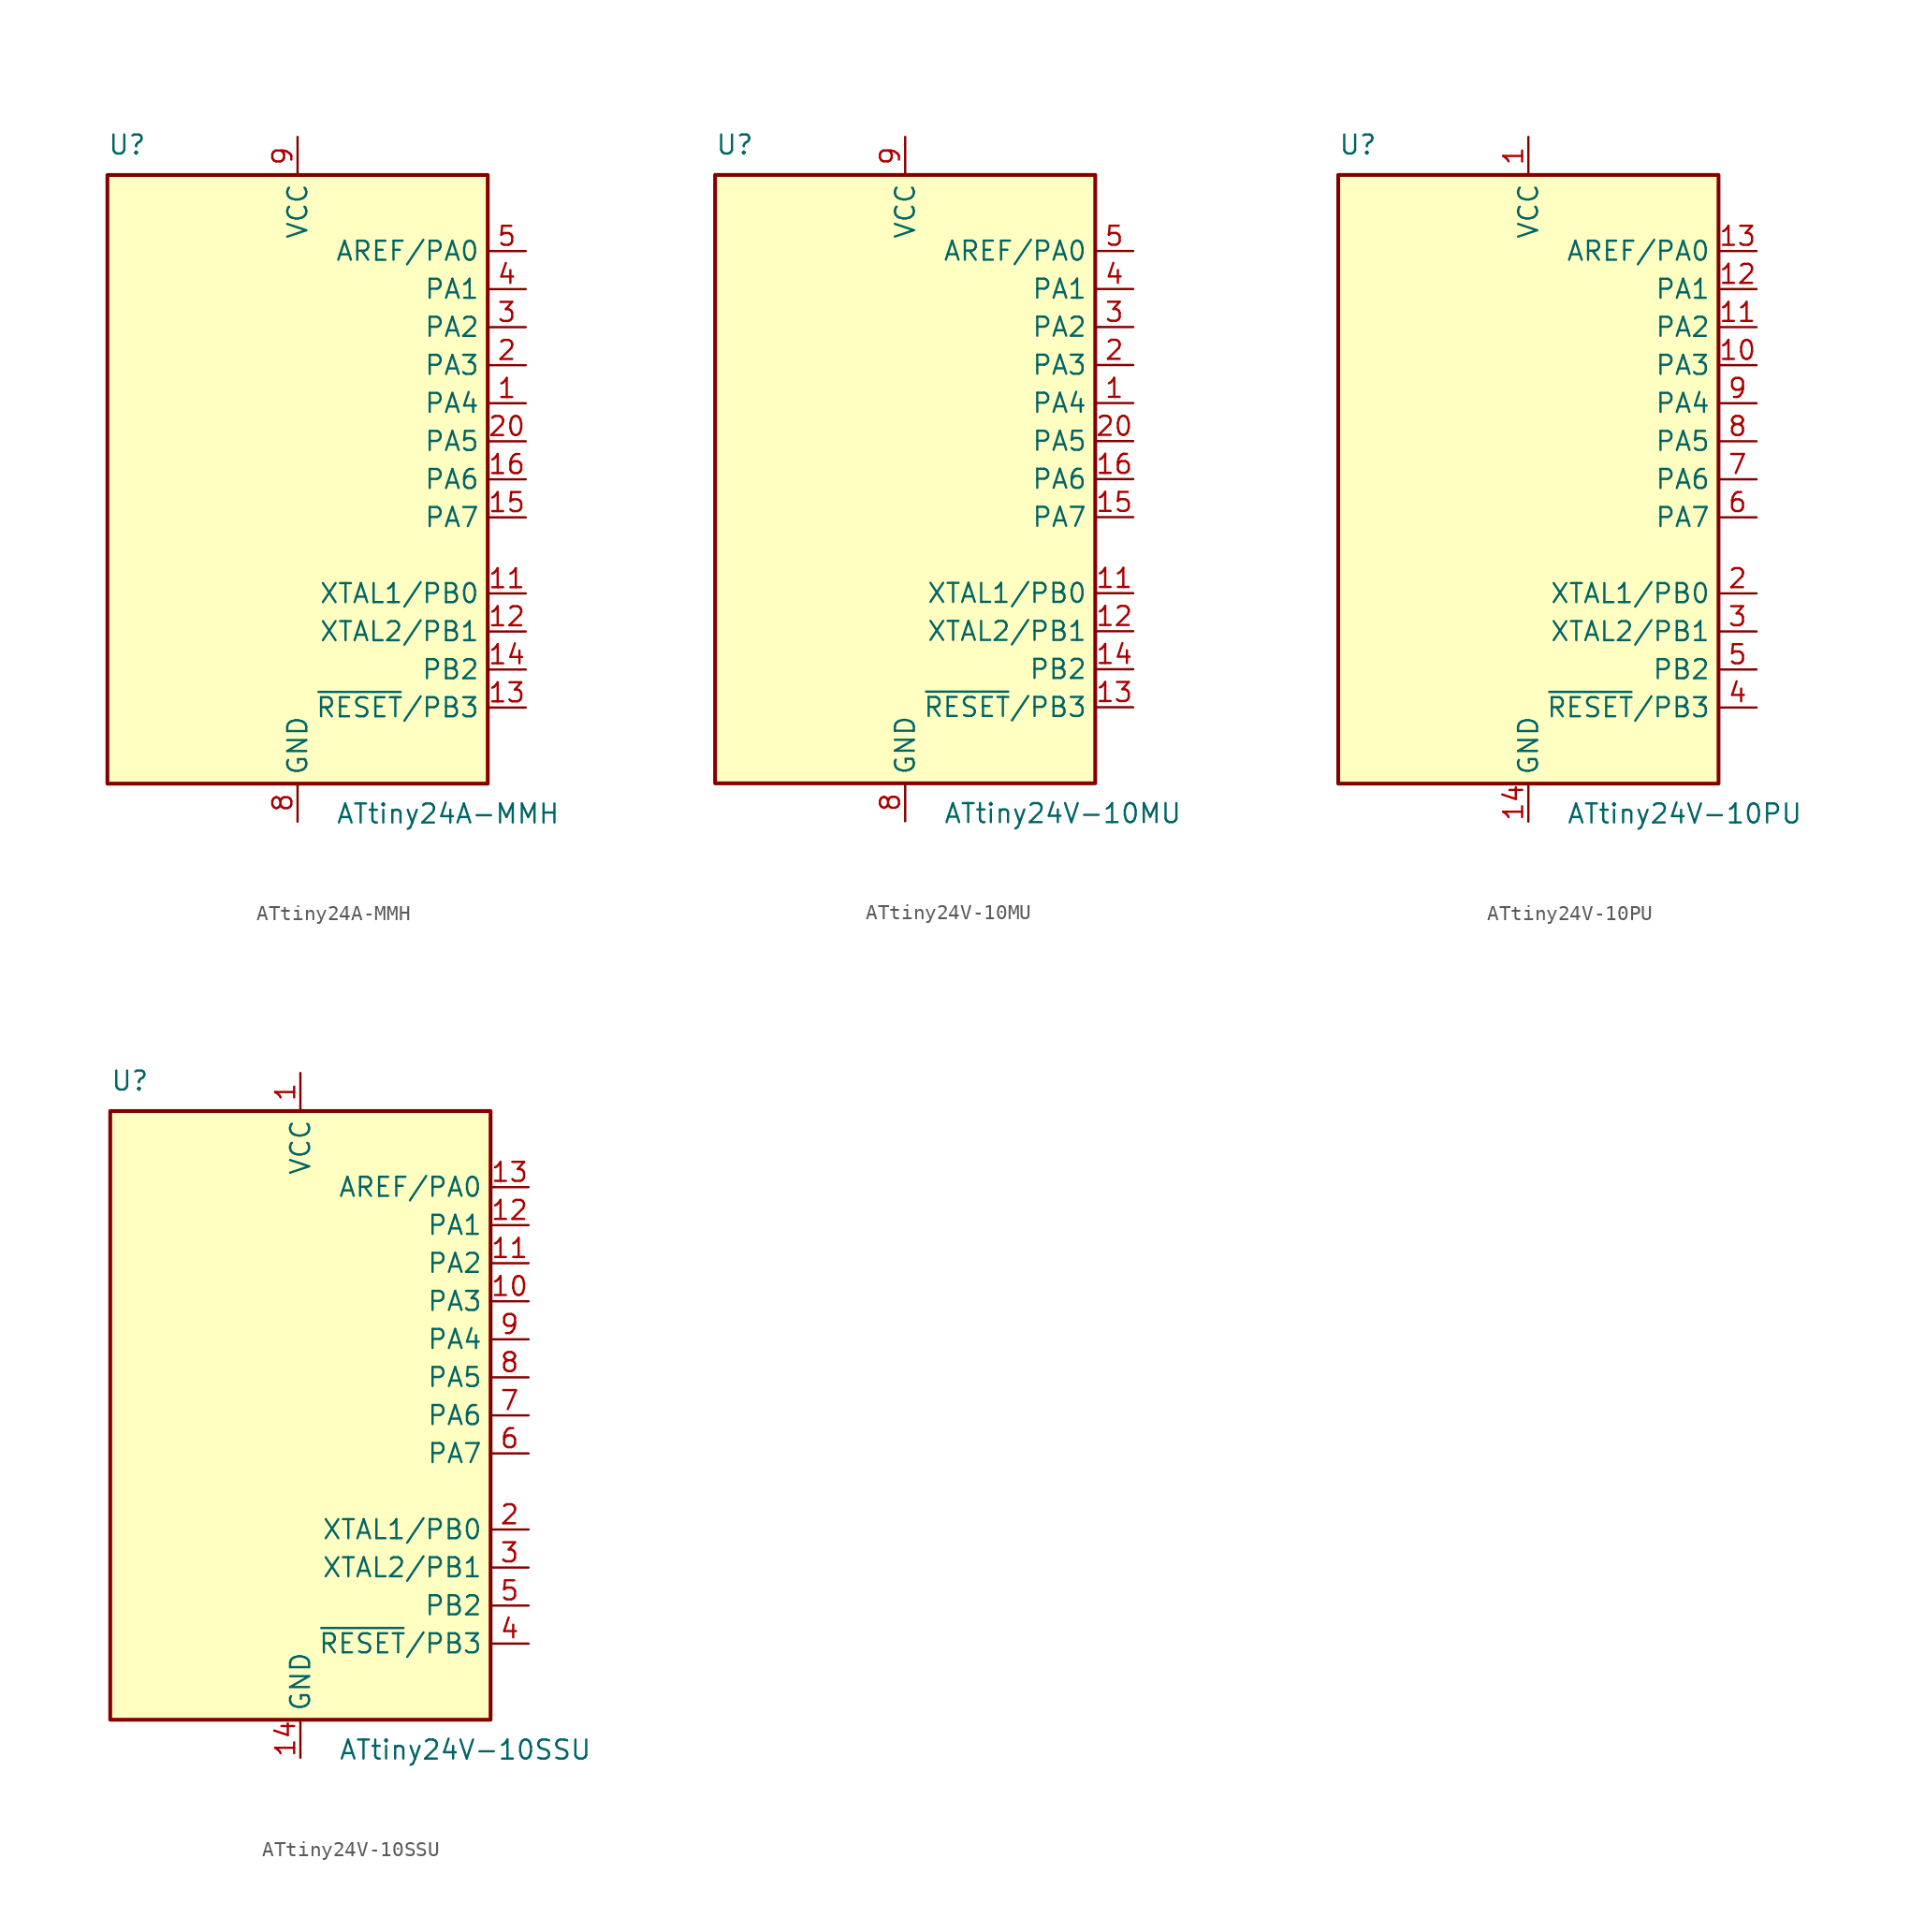
<source format=kicad_sym>
(kicad_symbol_lib
  (version 20211014)
  (generator kicad_symbol_editor)
  (symbol "ATtiny24A-MMH"
    (property "Reference" "U"
      (at -12.7 21.59 0)
      (effects (font (size 1.27 1.27)) (justify left bottom)))
    (property "Value" "ATtiny24A-MMH"
      (at 2.54 -21.59 0)
      (effects (font (size 1.27 1.27)) (justify left top)))
    (symbol "ATtiny24A-MMH_0_1"
      (rectangle (start -12.7 -20.32) (end 12.7 20.32) (stroke (width 0.254) (type default) (color 0 0 0 0)) (fill (type background))))
    (symbol "ATtiny24A-MMH_1_1"
      (pin bidirectional line (at 15.24 5.08 180) (length 2.54) (name "PA4" (effects (font (size 1.27 1.27)))) (number "1" (effects (font (size 1.27 1.27)))))
      (pin no_connect line (at -12.7 -10.16 0) (length 2.54) hide (name "NC" (effects (font (size 1.27 1.27)))) (number "10" (effects (font (size 1.27 1.27)))))
      (pin bidirectional line (at 15.24 -7.62 180) (length 2.54) (name "XTAL1/PB0" (effects (font (size 1.27 1.27)))) (number "11" (effects (font (size 1.27 1.27)))))
      (pin bidirectional line (at 15.24 -10.16 180) (length 2.54) (name "XTAL2/PB1" (effects (font (size 1.27 1.27)))) (number "12" (effects (font (size 1.27 1.27)))))
      (pin bidirectional line (at 15.24 -15.24 180) (length 2.54) (name "~{RESET}/PB3" (effects (font (size 1.27 1.27)))) (number "13" (effects (font (size 1.27 1.27)))))
      (pin bidirectional line (at 15.24 -12.7 180) (length 2.54) (name "PB2" (effects (font (size 1.27 1.27)))) (number "14" (effects (font (size 1.27 1.27)))))
      (pin bidirectional line (at 15.24 -2.54 180) (length 2.54) (name "PA7" (effects (font (size 1.27 1.27)))) (number "15" (effects (font (size 1.27 1.27)))))
      (pin bidirectional line (at 15.24 0 180) (length 2.54) (name "PA6" (effects (font (size 1.27 1.27)))) (number "16" (effects (font (size 1.27 1.27)))))
      (pin no_connect line (at -12.7 -12.7 0) (length 2.54) hide (name "NC" (effects (font (size 1.27 1.27)))) (number "17" (effects (font (size 1.27 1.27)))))
      (pin no_connect line (at -12.7 -15.24 0) (length 2.54) hide (name "NC" (effects (font (size 1.27 1.27)))) (number "18" (effects (font (size 1.27 1.27)))))
      (pin no_connect line (at -12.7 -17.78 0) (length 2.54) hide (name "NC" (effects (font (size 1.27 1.27)))) (number "19" (effects (font (size 1.27 1.27)))))
      (pin bidirectional line (at 15.24 7.62 180) (length 2.54) (name "PA3" (effects (font (size 1.27 1.27)))) (number "2" (effects (font (size 1.27 1.27)))))
      (pin bidirectional line (at 15.24 2.54 180) (length 2.54) (name "PA5" (effects (font (size 1.27 1.27)))) (number "20" (effects (font (size 1.27 1.27)))))
      (pin passive line (at 0 -22.86 90) (length 2.54) hide (name "GND" (effects (font (size 1.27 1.27)))) (number "21" (effects (font (size 1.27 1.27)))))
      (pin bidirectional line (at 15.24 10.16 180) (length 2.54) (name "PA2" (effects (font (size 1.27 1.27)))) (number "3" (effects (font (size 1.27 1.27)))))
      (pin bidirectional line (at 15.24 12.7 180) (length 2.54) (name "PA1" (effects (font (size 1.27 1.27)))) (number "4" (effects (font (size 1.27 1.27)))))
      (pin bidirectional line (at 15.24 15.24 180) (length 2.54) (name "AREF/PA0" (effects (font (size 1.27 1.27)))) (number "5" (effects (font (size 1.27 1.27)))))
      (pin no_connect line (at -12.7 -5.08 0) (length 2.54) hide (name "NC" (effects (font (size 1.27 1.27)))) (number "6" (effects (font (size 1.27 1.27)))))
      (pin no_connect line (at -12.7 -7.62 0) (length 2.54) hide (name "NC" (effects (font (size 1.27 1.27)))) (number "7" (effects (font (size 1.27 1.27)))))
      (pin power_in line (at 0 -22.86 90) (length 2.54) (name "GND" (effects (font (size 1.27 1.27)))) (number "8" (effects (font (size 1.27 1.27)))))
      (pin power_in line (at 0 22.86 270) (length 2.54) (name "VCC" (effects (font (size 1.27 1.27)))) (number "9" (effects (font (size 1.27 1.27)))))))
  (symbol "ATtiny24V-10MU"
    (property "Reference" "U"
      (at -12.7 21.59 0)
      (effects (font (size 1.27 1.27)) (justify left bottom)))
    (property "Value" "ATtiny24V-10MU"
      (at 2.54 -21.59 0)
      (effects (font (size 1.27 1.27)) (justify left top)))
    (symbol "ATtiny24V-10MU_0_1"
      (rectangle (start -12.7 -20.32) (end 12.7 20.32) (stroke (width 0.254) (type default) (color 0 0 0 0)) (fill (type background))))
    (symbol "ATtiny24V-10MU_1_1"
      (pin bidirectional line (at 15.24 5.08 180) (length 2.54) (name "PA4" (effects (font (size 1.27 1.27)))) (number "1" (effects (font (size 1.27 1.27)))))
      (pin no_connect line (at -12.7 -10.16 0) (length 2.54) hide (name "NC" (effects (font (size 1.27 1.27)))) (number "10" (effects (font (size 1.27 1.27)))))
      (pin bidirectional line (at 15.24 -7.62 180) (length 2.54) (name "XTAL1/PB0" (effects (font (size 1.27 1.27)))) (number "11" (effects (font (size 1.27 1.27)))))
      (pin bidirectional line (at 15.24 -10.16 180) (length 2.54) (name "XTAL2/PB1" (effects (font (size 1.27 1.27)))) (number "12" (effects (font (size 1.27 1.27)))))
      (pin bidirectional line (at 15.24 -15.24 180) (length 2.54) (name "~{RESET}/PB3" (effects (font (size 1.27 1.27)))) (number "13" (effects (font (size 1.27 1.27)))))
      (pin bidirectional line (at 15.24 -12.7 180) (length 2.54) (name "PB2" (effects (font (size 1.27 1.27)))) (number "14" (effects (font (size 1.27 1.27)))))
      (pin bidirectional line (at 15.24 -2.54 180) (length 2.54) (name "PA7" (effects (font (size 1.27 1.27)))) (number "15" (effects (font (size 1.27 1.27)))))
      (pin bidirectional line (at 15.24 0 180) (length 2.54) (name "PA6" (effects (font (size 1.27 1.27)))) (number "16" (effects (font (size 1.27 1.27)))))
      (pin no_connect line (at -12.7 -12.7 0) (length 2.54) hide (name "NC" (effects (font (size 1.27 1.27)))) (number "17" (effects (font (size 1.27 1.27)))))
      (pin no_connect line (at -12.7 -15.24 0) (length 2.54) hide (name "NC" (effects (font (size 1.27 1.27)))) (number "18" (effects (font (size 1.27 1.27)))))
      (pin no_connect line (at -12.7 -17.78 0) (length 2.54) hide (name "NC" (effects (font (size 1.27 1.27)))) (number "19" (effects (font (size 1.27 1.27)))))
      (pin bidirectional line (at 15.24 7.62 180) (length 2.54) (name "PA3" (effects (font (size 1.27 1.27)))) (number "2" (effects (font (size 1.27 1.27)))))
      (pin bidirectional line (at 15.24 2.54 180) (length 2.54) (name "PA5" (effects (font (size 1.27 1.27)))) (number "20" (effects (font (size 1.27 1.27)))))
      (pin passive line (at 0 -22.86 90) (length 2.54) hide (name "GND" (effects (font (size 1.27 1.27)))) (number "21" (effects (font (size 1.27 1.27)))))
      (pin bidirectional line (at 15.24 10.16 180) (length 2.54) (name "PA2" (effects (font (size 1.27 1.27)))) (number "3" (effects (font (size 1.27 1.27)))))
      (pin bidirectional line (at 15.24 12.7 180) (length 2.54) (name "PA1" (effects (font (size 1.27 1.27)))) (number "4" (effects (font (size 1.27 1.27)))))
      (pin bidirectional line (at 15.24 15.24 180) (length 2.54) (name "AREF/PA0" (effects (font (size 1.27 1.27)))) (number "5" (effects (font (size 1.27 1.27)))))
      (pin no_connect line (at -12.7 -5.08 0) (length 2.54) hide (name "NC" (effects (font (size 1.27 1.27)))) (number "6" (effects (font (size 1.27 1.27)))))
      (pin no_connect line (at -12.7 -7.62 0) (length 2.54) hide (name "NC" (effects (font (size 1.27 1.27)))) (number "7" (effects (font (size 1.27 1.27)))))
      (pin power_in line (at 0 -22.86 90) (length 2.54) (name "GND" (effects (font (size 1.27 1.27)))) (number "8" (effects (font (size 1.27 1.27)))))
      (pin power_in line (at 0 22.86 270) (length 2.54) (name "VCC" (effects (font (size 1.27 1.27)))) (number "9" (effects (font (size 1.27 1.27)))))))
  (symbol "ATtiny24V-10PU"
    (property "Reference" "U"
      (at -12.7 21.59 0)
      (effects (font (size 1.27 1.27)) (justify left bottom)))
    (property "Value" "ATtiny24V-10PU"
      (at 2.54 -21.59 0)
      (effects (font (size 1.27 1.27)) (justify left top)))
    (symbol "ATtiny24V-10PU_0_1"
      (rectangle (start -12.7 -20.32) (end 12.7 20.32) (stroke (width 0.254) (type default) (color 0 0 0 0)) (fill (type background))))
    (symbol "ATtiny24V-10PU_1_1"
      (pin power_in line (at 0 22.86 270) (length 2.54) (name "VCC" (effects (font (size 1.27 1.27)))) (number "1" (effects (font (size 1.27 1.27)))))
      (pin bidirectional line (at 15.24 7.62 180) (length 2.54) (name "PA3" (effects (font (size 1.27 1.27)))) (number "10" (effects (font (size 1.27 1.27)))))
      (pin bidirectional line (at 15.24 10.16 180) (length 2.54) (name "PA2" (effects (font (size 1.27 1.27)))) (number "11" (effects (font (size 1.27 1.27)))))
      (pin bidirectional line (at 15.24 12.7 180) (length 2.54) (name "PA1" (effects (font (size 1.27 1.27)))) (number "12" (effects (font (size 1.27 1.27)))))
      (pin bidirectional line (at 15.24 15.24 180) (length 2.54) (name "AREF/PA0" (effects (font (size 1.27 1.27)))) (number "13" (effects (font (size 1.27 1.27)))))
      (pin power_in line (at 0 -22.86 90) (length 2.54) (name "GND" (effects (font (size 1.27 1.27)))) (number "14" (effects (font (size 1.27 1.27)))))
      (pin bidirectional line (at 15.24 -7.62 180) (length 2.54) (name "XTAL1/PB0" (effects (font (size 1.27 1.27)))) (number "2" (effects (font (size 1.27 1.27)))))
      (pin bidirectional line (at 15.24 -10.16 180) (length 2.54) (name "XTAL2/PB1" (effects (font (size 1.27 1.27)))) (number "3" (effects (font (size 1.27 1.27)))))
      (pin bidirectional line (at 15.24 -15.24 180) (length 2.54) (name "~{RESET}/PB3" (effects (font (size 1.27 1.27)))) (number "4" (effects (font (size 1.27 1.27)))))
      (pin bidirectional line (at 15.24 -12.7 180) (length 2.54) (name "PB2" (effects (font (size 1.27 1.27)))) (number "5" (effects (font (size 1.27 1.27)))))
      (pin bidirectional line (at 15.24 -2.54 180) (length 2.54) (name "PA7" (effects (font (size 1.27 1.27)))) (number "6" (effects (font (size 1.27 1.27)))))
      (pin bidirectional line (at 15.24 0 180) (length 2.54) (name "PA6" (effects (font (size 1.27 1.27)))) (number "7" (effects (font (size 1.27 1.27)))))
      (pin bidirectional line (at 15.24 2.54 180) (length 2.54) (name "PA5" (effects (font (size 1.27 1.27)))) (number "8" (effects (font (size 1.27 1.27)))))
      (pin bidirectional line (at 15.24 5.08 180) (length 2.54) (name "PA4" (effects (font (size 1.27 1.27)))) (number "9" (effects (font (size 1.27 1.27)))))))
  (symbol "ATtiny24V-10SSU"
    (property "Reference" "U"
      (at -12.7 21.59 0)
      (effects (font (size 1.27 1.27)) (justify left bottom)))
    (property "Value" "ATtiny24V-10SSU"
      (at 2.54 -21.59 0)
      (effects (font (size 1.27 1.27)) (justify left top)))
    (symbol "ATtiny24V-10SSU_0_1"
      (rectangle (start -12.7 -20.32) (end 12.7 20.32) (stroke (width 0.254) (type default) (color 0 0 0 0)) (fill (type background))))
    (symbol "ATtiny24V-10SSU_1_1"
      (pin power_in line (at 0 22.86 270) (length 2.54) (name "VCC" (effects (font (size 1.27 1.27)))) (number "1" (effects (font (size 1.27 1.27)))))
      (pin bidirectional line (at 15.24 7.62 180) (length 2.54) (name "PA3" (effects (font (size 1.27 1.27)))) (number "10" (effects (font (size 1.27 1.27)))))
      (pin bidirectional line (at 15.24 10.16 180) (length 2.54) (name "PA2" (effects (font (size 1.27 1.27)))) (number "11" (effects (font (size 1.27 1.27)))))
      (pin bidirectional line (at 15.24 12.7 180) (length 2.54) (name "PA1" (effects (font (size 1.27 1.27)))) (number "12" (effects (font (size 1.27 1.27)))))
      (pin bidirectional line (at 15.24 15.24 180) (length 2.54) (name "AREF/PA0" (effects (font (size 1.27 1.27)))) (number "13" (effects (font (size 1.27 1.27)))))
      (pin power_in line (at 0 -22.86 90) (length 2.54) (name "GND" (effects (font (size 1.27 1.27)))) (number "14" (effects (font (size 1.27 1.27)))))
      (pin bidirectional line (at 15.24 -7.62 180) (length 2.54) (name "XTAL1/PB0" (effects (font (size 1.27 1.27)))) (number "2" (effects (font (size 1.27 1.27)))))
      (pin bidirectional line (at 15.24 -10.16 180) (length 2.54) (name "XTAL2/PB1" (effects (font (size 1.27 1.27)))) (number "3" (effects (font (size 1.27 1.27)))))
      (pin bidirectional line (at 15.24 -15.24 180) (length 2.54) (name "~{RESET}/PB3" (effects (font (size 1.27 1.27)))) (number "4" (effects (font (size 1.27 1.27)))))
      (pin bidirectional line (at 15.24 -12.7 180) (length 2.54) (name "PB2" (effects (font (size 1.27 1.27)))) (number "5" (effects (font (size 1.27 1.27)))))
      (pin bidirectional line (at 15.24 -2.54 180) (length 2.54) (name "PA7" (effects (font (size 1.27 1.27)))) (number "6" (effects (font (size 1.27 1.27)))))
      (pin bidirectional line (at 15.24 0 180) (length 2.54) (name "PA6" (effects (font (size 1.27 1.27)))) (number "7" (effects (font (size 1.27 1.27)))))
      (pin bidirectional line (at 15.24 2.54 180) (length 2.54) (name "PA5" (effects (font (size 1.27 1.27)))) (number "8" (effects (font (size 1.27 1.27)))))
      (pin bidirectional line (at 15.24 5.08 180) (length 2.54) (name "PA4" (effects (font (size 1.27 1.27)))) (number "9" (effects (font (size 1.27 1.27))))))))
</source>
